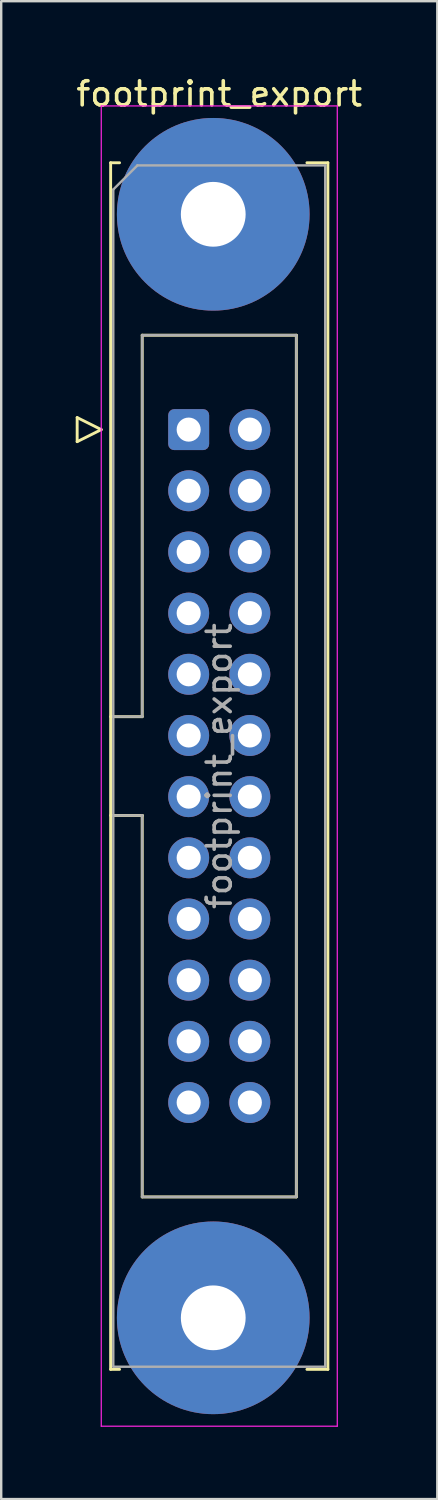
<source format=kicad_pcb>
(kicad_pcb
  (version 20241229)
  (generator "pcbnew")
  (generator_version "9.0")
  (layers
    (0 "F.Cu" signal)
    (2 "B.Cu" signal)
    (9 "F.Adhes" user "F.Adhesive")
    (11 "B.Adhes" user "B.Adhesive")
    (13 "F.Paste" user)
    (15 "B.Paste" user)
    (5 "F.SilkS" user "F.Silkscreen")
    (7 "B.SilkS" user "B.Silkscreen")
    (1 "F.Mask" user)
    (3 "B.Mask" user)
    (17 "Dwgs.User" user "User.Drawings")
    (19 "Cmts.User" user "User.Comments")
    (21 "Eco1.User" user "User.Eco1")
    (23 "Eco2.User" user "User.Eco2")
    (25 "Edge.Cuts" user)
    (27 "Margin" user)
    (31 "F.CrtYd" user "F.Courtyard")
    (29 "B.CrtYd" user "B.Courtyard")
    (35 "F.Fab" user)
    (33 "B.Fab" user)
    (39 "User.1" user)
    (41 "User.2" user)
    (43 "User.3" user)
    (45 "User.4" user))
  (footprint "footprint_export"
    (layer "F.Cu")
    (at 4.784 14.788)
    (property "Reference" "footprint_export" (at 1.27 -13.94 0) (layer "F.SilkS") (effects (font (size 1 1) (thickness 0.15))))
    (attr through_hole)
    (fp_line (start -4.63 -0.5) (end -4.63 0.5) (stroke (width 0.12) (type solid)) (layer "F.SilkS"))
    (fp_line (start -4.63 0.5) (end -3.63 0) (stroke (width 0.12) (type solid)) (layer "F.SilkS"))
    (fp_line (start -3.63 0) (end -4.63 -0.5) (stroke (width 0.12) (type solid)) (layer "F.SilkS"))
    (fp_line (start -3.24 -11.08) (end -3.24 39.02) (stroke (width 0.12) (type solid)) (layer "F.SilkS"))
    (fp_line (start -3.24 11.92) (end -1.93 11.92) (stroke (width 0.12) (type solid)) (layer "F.SilkS"))
    (fp_line (start -3.24 39.02) (end -2.87 39.02) (stroke (width 0.12) (type solid)) (layer "F.SilkS"))
    (fp_line (start -2.87 -11.08) (end -3.24 -11.08) (stroke (width 0.12) (type solid)) (layer "F.SilkS"))
    (fp_line (start -1.93 -3.92) (end 4.47 -3.92) (stroke (width 0.12) (type solid)) (layer "F.SilkS"))
    (fp_line (start -1.93 11.92) (end -1.93 -3.92) (stroke (width 0.12) (type solid)) (layer "F.SilkS"))
    (fp_line (start -1.93 16.02) (end -3.24 16.02) (stroke (width 0.12) (type solid)) (layer "F.SilkS"))
    (fp_line (start -1.93 16.02) (end -1.93 16.02) (stroke (width 0.12) (type solid)) (layer "F.SilkS"))
    (fp_line (start -1.93 31.86) (end -1.93 16.02) (stroke (width 0.12) (type solid)) (layer "F.SilkS"))
    (fp_line (start 4.47 -3.92) (end 4.47 31.86) (stroke (width 0.12) (type solid)) (layer "F.SilkS"))
    (fp_line (start 4.47 31.86) (end -1.93 31.86) (stroke (width 0.12) (type solid)) (layer "F.SilkS"))
    (fp_line (start 4.91 -11.08) (end 5.78 -11.08) (stroke (width 0.12) (type solid)) (layer "F.SilkS"))
    (fp_line (start 5.78 -11.08) (end 5.78 39.02) (stroke (width 0.12) (type solid)) (layer "F.SilkS"))
    (fp_line (start 5.78 39.02) (end 4.91 39.02) (stroke (width 0.12) (type solid)) (layer "F.SilkS"))
    (fp_line (start -3.63 -13.44) (end -3.63 41.38) (stroke (width 0.05) (type solid)) (layer "F.CrtYd"))
    (fp_line (start -3.63 41.38) (end 6.17 41.38) (stroke (width 0.05) (type solid)) (layer "F.CrtYd"))
    (fp_line (start 6.17 -13.44) (end -3.63 -13.44) (stroke (width 0.05) (type solid)) (layer "F.CrtYd"))
    (fp_line (start 6.17 41.38) (end 6.17 -13.44) (stroke (width 0.05) (type solid)) (layer "F.CrtYd"))
    (fp_line (start -3.13 -9.97) (end -2.13 -10.97) (stroke (width 0.1) (type solid)) (layer "F.Fab"))
    (fp_line (start -3.13 11.92) (end -1.93 11.92) (stroke (width 0.1) (type solid)) (layer "F.Fab"))
    (fp_line (start -3.13 38.91) (end -3.13 -9.97) (stroke (width 0.1) (type solid)) (layer "F.Fab"))
    (fp_line (start -2.13 -10.97) (end 5.67 -10.97) (stroke (width 0.1) (type solid)) (layer "F.Fab"))
    (fp_line (start -1.93 -3.92) (end 4.47 -3.92) (stroke (width 0.1) (type solid)) (layer "F.Fab"))
    (fp_line (start -1.93 11.92) (end -1.93 -3.92) (stroke (width 0.1) (type solid)) (layer "F.Fab"))
    (fp_line (start -1.93 16.02) (end -3.13 16.02) (stroke (width 0.1) (type solid)) (layer "F.Fab"))
    (fp_line (start -1.93 16.02) (end -1.93 16.02) (stroke (width 0.1) (type solid)) (layer "F.Fab"))
    (fp_line (start -1.93 31.86) (end -1.93 16.02) (stroke (width 0.1) (type solid)) (layer "F.Fab"))
    (fp_line (start 4.47 -3.92) (end 4.47 31.86) (stroke (width 0.1) (type solid)) (layer "F.Fab"))
    (fp_line (start 4.47 31.86) (end -1.93 31.86) (stroke (width 0.1) (type solid)) (layer "F.Fab"))
    (fp_line (start 5.67 -10.97) (end 5.67 38.91) (stroke (width 0.1) (type solid)) (layer "F.Fab"))
    (fp_line (start 5.67 38.91) (end -3.13 38.91) (stroke (width 0.1) (type solid)) (layer "F.Fab"))
    (fp_text user "${REFERENCE}" (at 1.27 13.97 90) (layer "F.Fab") (effects (font (size 1 1) (thickness 0.15))))
    (pad "1" thru_hole roundrect (at 0 0) (size 1.7 1.7) (drill 1) (layers "*.Cu" "*.Mask") (roundrect_rratio 0.147))
    (pad "2" thru_hole circle (at 2.54 0) (size 1.7 1.7) (drill 1) (layers "*.Cu" "*.Mask"))
    (pad "3" thru_hole circle (at 0 2.54) (size 1.7 1.7) (drill 1) (layers "*.Cu" "*.Mask"))
    (pad "4" thru_hole circle (at 2.54 2.54) (size 1.7 1.7) (drill 1) (layers "*.Cu" "*.Mask"))
    (pad "5" thru_hole circle (at 0 5.08) (size 1.7 1.7) (drill 1) (layers "*.Cu" "*.Mask"))
    (pad "6" thru_hole circle (at 2.54 5.08) (size 1.7 1.7) (drill 1) (layers "*.Cu" "*.Mask"))
    (pad "7" thru_hole circle (at 0 7.62) (size 1.7 1.7) (drill 1) (layers "*.Cu" "*.Mask"))
    (pad "8" thru_hole circle (at 2.54 7.62) (size 1.7 1.7) (drill 1) (layers "*.Cu" "*.Mask"))
    (pad "9" thru_hole circle (at 0 10.16) (size 1.7 1.7) (drill 1) (layers "*.Cu" "*.Mask"))
    (pad "10" thru_hole circle (at 2.54 10.16) (size 1.7 1.7) (drill 1) (layers "*.Cu" "*.Mask"))
    (pad "11" thru_hole circle (at 0 12.7) (size 1.7 1.7) (drill 1) (layers "*.Cu" "*.Mask"))
    (pad "12" thru_hole circle (at 2.54 12.7) (size 1.7 1.7) (drill 1) (layers "*.Cu" "*.Mask"))
    (pad "13" thru_hole circle (at 0 15.24) (size 1.7 1.7) (drill 1) (layers "*.Cu" "*.Mask"))
    (pad "14" thru_hole circle (at 2.54 15.24) (size 1.7 1.7) (drill 1) (layers "*.Cu" "*.Mask"))
    (pad "15" thru_hole circle (at 0 17.78) (size 1.7 1.7) (drill 1) (layers "*.Cu" "*.Mask"))
    (pad "16" thru_hole circle (at 2.54 17.78) (size 1.7 1.7) (drill 1) (layers "*.Cu" "*.Mask"))
    (pad "17" thru_hole circle (at 0 20.32) (size 1.7 1.7) (drill 1) (layers "*.Cu" "*.Mask"))
    (pad "18" thru_hole circle (at 2.54 20.32) (size 1.7 1.7) (drill 1) (layers "*.Cu" "*.Mask"))
    (pad "19" thru_hole circle (at 0 22.86) (size 1.7 1.7) (drill 1) (layers "*.Cu" "*.Mask"))
    (pad "20" thru_hole circle (at 2.54 22.86) (size 1.7 1.7) (drill 1) (layers "*.Cu" "*.Mask"))
    (pad "21" thru_hole circle (at 0 25.4) (size 1.7 1.7) (drill 1) (layers "*.Cu" "*.Mask"))
    (pad "22" thru_hole circle (at 2.54 25.4) (size 1.7 1.7) (drill 1) (layers "*.Cu" "*.Mask"))
    (pad "23" thru_hole circle (at 0 27.94) (size 1.7 1.7) (drill 1) (layers "*.Cu" "*.Mask"))
    (pad "24" thru_hole circle (at 2.54 27.94) (size 1.7 1.7) (drill 1) (layers "*.Cu" "*.Mask"))
    (pad "MP" thru_hole circle (at 1.02 -8.94) (size 8 8) (drill 2.69) (layers "*.Cu" "*.Mask"))
    (pad "MP" thru_hole circle (at 1.02 36.88) (size 8 8) (drill 2.69) (layers "*.Cu" "*.Mask")))
  (gr_rect
    (start -3 -3)
    (end 15.107 59.193)
    (stroke (width 0.1) (type default))
    (fill no)
    (layer "Edge.Cuts")))
</source>
